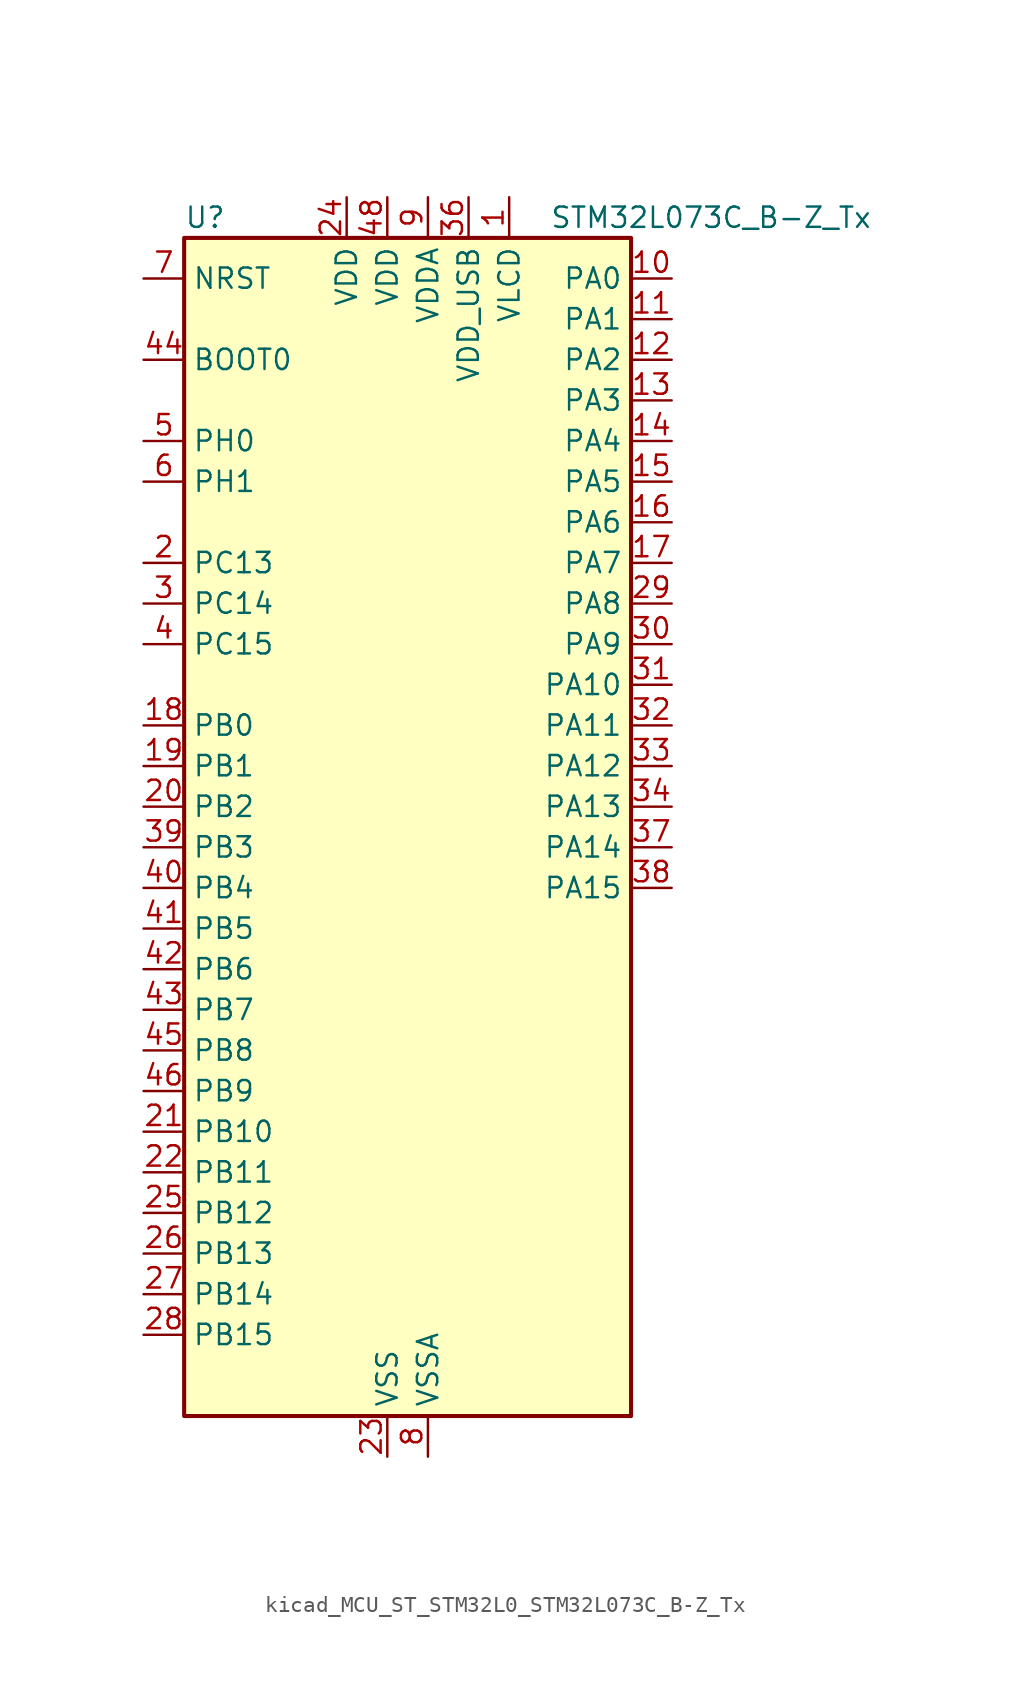
<source format=kicad_sym>
(kicad_symbol_lib
  (version 20220914)
  (generator kicad_symbol_editor)
  (symbol "kicad_MCU_ST_STM32L0_STM32L073C_B-Z_Tx"
    (property "Reference" "U"
      (at -12.7 39.37 0)
      (effects (font (size 1.27 1.27)) (justify left)))
    (property "Value" "STM32L073C_B-Z_Tx"
      (at 10.16 39.37 0)
      (effects (font (size 1.27 1.27)) (justify left)))
    (property "ki_locked" ""
      (at 0 0 0)
      (effects (font (size 1.27 1.27))))
    (symbol "kicad_MCU_ST_STM32L0_STM32L073C_B-Z_Tx_0_1"
      (rectangle (start -12.7 -35.56) (end 15.24 38.1) (stroke (width 0.254) (type default)) (fill (type background))))
    (symbol "kicad_MCU_ST_STM32L0_STM32L073C_B-Z_Tx_1_1"
      (pin power_in line (at 7.62 40.64 270) (length 2.54) (name "VLCD" (effects (font (size 1.27 1.27)))) (number "1" (effects (font (size 1.27 1.27)))))
      (pin bidirectional line (at 17.78 35.56 180) (length 2.54) (name "PA0" (effects (font (size 1.27 1.27)))) (number "10" (effects (font (size 1.27 1.27)))) (alternate "ADC_IN0" bidirectional line) (alternate "COMP1_INM" bidirectional line) (alternate "COMP1_OUT" bidirectional line) (alternate "RTC_TAMP2" bidirectional line) (alternate "SYS_WKUP1" bidirectional line) (alternate "TIM2_CH1" bidirectional line) (alternate "TIM2_ETR" bidirectional line) (alternate "TSC_G1_IO1" bidirectional line) (alternate "USART2_CTS" bidirectional line) (alternate "USART4_TX" bidirectional line))
      (pin bidirectional line (at 17.78 33.02 180) (length 2.54) (name "PA1" (effects (font (size 1.27 1.27)))) (number "11" (effects (font (size 1.27 1.27)))) (alternate "ADC_IN1" bidirectional line) (alternate "COMP1_INP" bidirectional line) (alternate "LCD_SEG0" bidirectional line) (alternate "TIM21_ETR" bidirectional line) (alternate "TIM2_CH2" bidirectional line) (alternate "TSC_G1_IO2" bidirectional line) (alternate "USART2_DE" bidirectional line) (alternate "USART2_RTS" bidirectional line) (alternate "USART4_RX" bidirectional line))
      (pin bidirectional line (at 17.78 30.48 180) (length 2.54) (name "PA2" (effects (font (size 1.27 1.27)))) (number "12" (effects (font (size 1.27 1.27)))) (alternate "ADC_IN2" bidirectional line) (alternate "COMP2_INM" bidirectional line) (alternate "COMP2_OUT" bidirectional line) (alternate "LCD_SEG1" bidirectional line) (alternate "LPUART1_TX" bidirectional line) (alternate "TIM21_CH1" bidirectional line) (alternate "TIM2_CH3" bidirectional line) (alternate "TSC_G1_IO3" bidirectional line) (alternate "USART2_TX" bidirectional line))
      (pin bidirectional line (at 17.78 27.94 180) (length 2.54) (name "PA3" (effects (font (size 1.27 1.27)))) (number "13" (effects (font (size 1.27 1.27)))) (alternate "ADC_IN3" bidirectional line) (alternate "COMP2_INP" bidirectional line) (alternate "LCD_SEG2" bidirectional line) (alternate "LPUART1_RX" bidirectional line) (alternate "TIM21_CH2" bidirectional line) (alternate "TIM2_CH4" bidirectional line) (alternate "TSC_G1_IO4" bidirectional line) (alternate "USART2_RX" bidirectional line))
      (pin bidirectional line (at 17.78 25.4 180) (length 2.54) (name "PA4" (effects (font (size 1.27 1.27)))) (number "14" (effects (font (size 1.27 1.27)))) (alternate "ADC_IN4" bidirectional line) (alternate "COMP1_INM" bidirectional line) (alternate "COMP2_INM" bidirectional line) (alternate "DAC_OUT1" bidirectional line) (alternate "SPI1_NSS" bidirectional line) (alternate "TIM22_ETR" bidirectional line) (alternate "TSC_G2_IO1" bidirectional line) (alternate "USART2_CK" bidirectional line))
      (pin bidirectional line (at 17.78 22.86 180) (length 2.54) (name "PA5" (effects (font (size 1.27 1.27)))) (number "15" (effects (font (size 1.27 1.27)))) (alternate "ADC_IN5" bidirectional line) (alternate "COMP1_INM" bidirectional line) (alternate "COMP2_INM" bidirectional line) (alternate "DAC_OUT2" bidirectional line) (alternate "SPI1_SCK" bidirectional line) (alternate "TIM2_CH1" bidirectional line) (alternate "TIM2_ETR" bidirectional line) (alternate "TSC_G2_IO2" bidirectional line))
      (pin bidirectional line (at 17.78 20.32 180) (length 2.54) (name "PA6" (effects (font (size 1.27 1.27)))) (number "16" (effects (font (size 1.27 1.27)))) (alternate "ADC_IN6" bidirectional line) (alternate "COMP1_OUT" bidirectional line) (alternate "LCD_SEG3" bidirectional line) (alternate "LPUART1_CTS" bidirectional line) (alternate "SPI1_MISO" bidirectional line) (alternate "TIM22_CH1" bidirectional line) (alternate "TIM3_CH1" bidirectional line) (alternate "TSC_G2_IO3" bidirectional line))
      (pin bidirectional line (at 17.78 17.78 180) (length 2.54) (name "PA7" (effects (font (size 1.27 1.27)))) (number "17" (effects (font (size 1.27 1.27)))) (alternate "ADC_IN7" bidirectional line) (alternate "COMP2_OUT" bidirectional line) (alternate "LCD_SEG4" bidirectional line) (alternate "SPI1_MOSI" bidirectional line) (alternate "TIM22_CH2" bidirectional line) (alternate "TIM3_CH2" bidirectional line) (alternate "TSC_G2_IO4" bidirectional line))
      (pin bidirectional line (at -15.24 7.62 0) (length 2.54) (name "PB0" (effects (font (size 1.27 1.27)))) (number "18" (effects (font (size 1.27 1.27)))) (alternate "ADC_IN8" bidirectional line) (alternate "LCD_SEG5" bidirectional line) (alternate "LCD_VLCD3" bidirectional line) (alternate "SYS_VREF_OUT_PB0" bidirectional line) (alternate "TIM3_CH3" bidirectional line) (alternate "TSC_G3_IO2" bidirectional line))
      (pin bidirectional line (at -15.24 5.08 0) (length 2.54) (name "PB1" (effects (font (size 1.27 1.27)))) (number "19" (effects (font (size 1.27 1.27)))) (alternate "ADC_IN9" bidirectional line) (alternate "LCD_SEG6" bidirectional line) (alternate "LPUART1_DE" bidirectional line) (alternate "LPUART1_RTS" bidirectional line) (alternate "SYS_VREF_OUT_PB1" bidirectional line) (alternate "TIM3_CH4" bidirectional line) (alternate "TSC_G3_IO3" bidirectional line))
      (pin bidirectional line (at -15.24 17.78 0) (length 2.54) (name "PC13" (effects (font (size 1.27 1.27)))) (number "2" (effects (font (size 1.27 1.27)))) (alternate "RTC_OUT_ALARM" bidirectional line) (alternate "RTC_OUT_CALIB" bidirectional line) (alternate "RTC_TAMP1" bidirectional line) (alternate "RTC_TS" bidirectional line) (alternate "SYS_WKUP2" bidirectional line))
      (pin bidirectional line (at -15.24 2.54 0) (length 2.54) (name "PB2" (effects (font (size 1.27 1.27)))) (number "20" (effects (font (size 1.27 1.27)))) (alternate "I2C3_SMBA" bidirectional line) (alternate "LCD_VLCD2" bidirectional line) (alternate "LPTIM1_OUT" bidirectional line) (alternate "TSC_G3_IO4" bidirectional line))
      (pin bidirectional line (at -15.24 -17.78 0) (length 2.54) (name "PB10" (effects (font (size 1.27 1.27)))) (number "21" (effects (font (size 1.27 1.27)))) (alternate "I2C2_SCL" bidirectional line) (alternate "LCD_SEG10" bidirectional line) (alternate "LPUART1_RX" bidirectional line) (alternate "LPUART1_TX" bidirectional line) (alternate "SPI2_SCK" bidirectional line) (alternate "TIM2_CH3" bidirectional line) (alternate "TSC_SYNC" bidirectional line))
      (pin bidirectional line (at -15.24 -20.32 0) (length 2.54) (name "PB11" (effects (font (size 1.27 1.27)))) (number "22" (effects (font (size 1.27 1.27)))) (alternate "ADC_EXTI11" bidirectional line) (alternate "I2C2_SDA" bidirectional line) (alternate "LCD_SEG11" bidirectional line) (alternate "LPUART1_RX" bidirectional line) (alternate "LPUART1_TX" bidirectional line) (alternate "TIM2_CH4" bidirectional line) (alternate "TSC_G6_IO1" bidirectional line))
      (pin power_in line (at 0 -38.1 90) (length 2.54) (name "VSS" (effects (font (size 1.27 1.27)))) (number "23" (effects (font (size 1.27 1.27)))))
      (pin power_in line (at -2.54 40.64 270) (length 2.54) (name "VDD" (effects (font (size 1.27 1.27)))) (number "24" (effects (font (size 1.27 1.27)))))
      (pin bidirectional line (at -15.24 -22.86 0) (length 2.54) (name "PB12" (effects (font (size 1.27 1.27)))) (number "25" (effects (font (size 1.27 1.27)))) (alternate "I2S2_WS" bidirectional line) (alternate "LCD_SEG12" bidirectional line) (alternate "LCD_VLCD2" bidirectional line) (alternate "LPUART1_DE" bidirectional line) (alternate "LPUART1_RTS" bidirectional line) (alternate "SPI2_NSS" bidirectional line) (alternate "TSC_G6_IO2" bidirectional line))
      (pin bidirectional line (at -15.24 -25.4 0) (length 2.54) (name "PB13" (effects (font (size 1.27 1.27)))) (number "26" (effects (font (size 1.27 1.27)))) (alternate "I2C2_SCL" bidirectional line) (alternate "I2S2_CK" bidirectional line) (alternate "LCD_SEG13" bidirectional line) (alternate "LPUART1_CTS" bidirectional line) (alternate "RCC_MCO" bidirectional line) (alternate "SPI2_SCK" bidirectional line) (alternate "TIM21_CH1" bidirectional line) (alternate "TSC_G6_IO3" bidirectional line))
      (pin bidirectional line (at -15.24 -27.94 0) (length 2.54) (name "PB14" (effects (font (size 1.27 1.27)))) (number "27" (effects (font (size 1.27 1.27)))) (alternate "I2C2_SDA" bidirectional line) (alternate "I2S2_MCK" bidirectional line) (alternate "LCD_SEG14" bidirectional line) (alternate "LPUART1_DE" bidirectional line) (alternate "LPUART1_RTS" bidirectional line) (alternate "RTC_OUT_ALARM" bidirectional line) (alternate "RTC_OUT_CALIB" bidirectional line) (alternate "SPI2_MISO" bidirectional line) (alternate "TIM21_CH2" bidirectional line) (alternate "TSC_G6_IO4" bidirectional line))
      (pin bidirectional line (at -15.24 -30.48 0) (length 2.54) (name "PB15" (effects (font (size 1.27 1.27)))) (number "28" (effects (font (size 1.27 1.27)))) (alternate "I2S2_SD" bidirectional line) (alternate "LCD_SEG15" bidirectional line) (alternate "RTC_REFIN" bidirectional line) (alternate "SPI2_MOSI" bidirectional line))
      (pin bidirectional line (at 17.78 15.24 180) (length 2.54) (name "PA8" (effects (font (size 1.27 1.27)))) (number "29" (effects (font (size 1.27 1.27)))) (alternate "CRS_SYNC" bidirectional line) (alternate "I2C3_SCL" bidirectional line) (alternate "LCD_COM0" bidirectional line) (alternate "RCC_MCO" bidirectional line) (alternate "USART1_CK" bidirectional line))
      (pin bidirectional line (at -15.24 15.24 0) (length 2.54) (name "PC14" (effects (font (size 1.27 1.27)))) (number "3" (effects (font (size 1.27 1.27)))) (alternate "RCC_OSC32_IN" bidirectional line))
      (pin bidirectional line (at 17.78 12.7 180) (length 2.54) (name "PA9" (effects (font (size 1.27 1.27)))) (number "30" (effects (font (size 1.27 1.27)))) (alternate "DAC_EXTI9" bidirectional line) (alternate "I2C1_SCL" bidirectional line) (alternate "I2C3_SMBA" bidirectional line) (alternate "LCD_COM1" bidirectional line) (alternate "RCC_MCO" bidirectional line) (alternate "TSC_G4_IO1" bidirectional line) (alternate "USART1_TX" bidirectional line))
      (pin bidirectional line (at 17.78 10.16 180) (length 2.54) (name "PA10" (effects (font (size 1.27 1.27)))) (number "31" (effects (font (size 1.27 1.27)))) (alternate "I2C1_SDA" bidirectional line) (alternate "LCD_COM2" bidirectional line) (alternate "TSC_G4_IO2" bidirectional line) (alternate "USART1_RX" bidirectional line))
      (pin bidirectional line (at 17.78 7.62 180) (length 2.54) (name "PA11" (effects (font (size 1.27 1.27)))) (number "32" (effects (font (size 1.27 1.27)))) (alternate "ADC_EXTI11" bidirectional line) (alternate "COMP1_OUT" bidirectional line) (alternate "SPI1_MISO" bidirectional line) (alternate "TSC_G4_IO3" bidirectional line) (alternate "USART1_CTS" bidirectional line) (alternate "USB_DM" bidirectional line))
      (pin bidirectional line (at 17.78 5.08 180) (length 2.54) (name "PA12" (effects (font (size 1.27 1.27)))) (number "33" (effects (font (size 1.27 1.27)))) (alternate "COMP2_OUT" bidirectional line) (alternate "SPI1_MOSI" bidirectional line) (alternate "TSC_G4_IO4" bidirectional line) (alternate "USART1_DE" bidirectional line) (alternate "USART1_RTS" bidirectional line) (alternate "USB_DP" bidirectional line))
      (pin bidirectional line (at 17.78 2.54 180) (length 2.54) (name "PA13" (effects (font (size 1.27 1.27)))) (number "34" (effects (font (size 1.27 1.27)))) (alternate "LPUART1_RX" bidirectional line) (alternate "SYS_SWDIO" bidirectional line) (alternate "USB_NOE" bidirectional line))
      (pin passive line (at 0 -38.1 90) (length 2.54) hide (name "VSS" (effects (font (size 1.27 1.27)))) (number "35" (effects (font (size 1.27 1.27)))))
      (pin power_in line (at 5.08 40.64 270) (length 2.54) (name "VDD_USB" (effects (font (size 1.27 1.27)))) (number "36" (effects (font (size 1.27 1.27)))))
      (pin bidirectional line (at 17.78 0 180) (length 2.54) (name "PA14" (effects (font (size 1.27 1.27)))) (number "37" (effects (font (size 1.27 1.27)))) (alternate "LPUART1_TX" bidirectional line) (alternate "SYS_SWCLK" bidirectional line) (alternate "USART2_TX" bidirectional line))
      (pin bidirectional line (at 17.78 -2.54 180) (length 2.54) (name "PA15" (effects (font (size 1.27 1.27)))) (number "38" (effects (font (size 1.27 1.27)))) (alternate "LCD_SEG17" bidirectional line) (alternate "SPI1_NSS" bidirectional line) (alternate "TIM2_CH1" bidirectional line) (alternate "TIM2_ETR" bidirectional line) (alternate "USART2_RX" bidirectional line) (alternate "USART4_DE" bidirectional line) (alternate "USART4_RTS" bidirectional line))
      (pin bidirectional line (at -15.24 0 0) (length 2.54) (name "PB3" (effects (font (size 1.27 1.27)))) (number "39" (effects (font (size 1.27 1.27)))) (alternate "COMP2_INM" bidirectional line) (alternate "LCD_SEG7" bidirectional line) (alternate "SPI1_SCK" bidirectional line) (alternate "TIM2_CH2" bidirectional line) (alternate "TSC_G5_IO1" bidirectional line) (alternate "USART1_DE" bidirectional line) (alternate "USART1_RTS" bidirectional line) (alternate "USART5_TX" bidirectional line))
      (pin bidirectional line (at -15.24 12.7 0) (length 2.54) (name "PC15" (effects (font (size 1.27 1.27)))) (number "4" (effects (font (size 1.27 1.27)))) (alternate "RCC_OSC32_OUT" bidirectional line))
      (pin bidirectional line (at -15.24 -2.54 0) (length 2.54) (name "PB4" (effects (font (size 1.27 1.27)))) (number "40" (effects (font (size 1.27 1.27)))) (alternate "COMP2_INP" bidirectional line) (alternate "I2C3_SDA" bidirectional line) (alternate "LCD_SEG8" bidirectional line) (alternate "SPI1_MISO" bidirectional line) (alternate "TIM22_CH1" bidirectional line) (alternate "TIM3_CH1" bidirectional line) (alternate "TSC_G5_IO2" bidirectional line) (alternate "USART1_CTS" bidirectional line) (alternate "USART5_RX" bidirectional line))
      (pin bidirectional line (at -15.24 -5.08 0) (length 2.54) (name "PB5" (effects (font (size 1.27 1.27)))) (number "41" (effects (font (size 1.27 1.27)))) (alternate "COMP2_INP" bidirectional line) (alternate "I2C1_SMBA" bidirectional line) (alternate "LCD_SEG9" bidirectional line) (alternate "LPTIM1_IN1" bidirectional line) (alternate "SPI1_MOSI" bidirectional line) (alternate "TIM22_CH2" bidirectional line) (alternate "TIM3_CH2" bidirectional line) (alternate "USART1_CK" bidirectional line) (alternate "USART5_CK" bidirectional line) (alternate "USART5_DE" bidirectional line) (alternate "USART5_RTS" bidirectional line))
      (pin bidirectional line (at -15.24 -7.62 0) (length 2.54) (name "PB6" (effects (font (size 1.27 1.27)))) (number "42" (effects (font (size 1.27 1.27)))) (alternate "COMP2_INP" bidirectional line) (alternate "I2C1_SCL" bidirectional line) (alternate "LPTIM1_ETR" bidirectional line) (alternate "TSC_G5_IO3" bidirectional line) (alternate "USART1_TX" bidirectional line))
      (pin bidirectional line (at -15.24 -10.16 0) (length 2.54) (name "PB7" (effects (font (size 1.27 1.27)))) (number "43" (effects (font (size 1.27 1.27)))) (alternate "COMP2_INP" bidirectional line) (alternate "I2C1_SDA" bidirectional line) (alternate "LPTIM1_IN2" bidirectional line) (alternate "SYS_PVD_IN" bidirectional line) (alternate "TSC_G5_IO4" bidirectional line) (alternate "USART1_RX" bidirectional line) (alternate "USART4_CTS" bidirectional line))
      (pin input line (at -15.24 30.48 0) (length 2.54) (name "BOOT0" (effects (font (size 1.27 1.27)))) (number "44" (effects (font (size 1.27 1.27)))))
      (pin bidirectional line (at -15.24 -12.7 0) (length 2.54) (name "PB8" (effects (font (size 1.27 1.27)))) (number "45" (effects (font (size 1.27 1.27)))) (alternate "I2C1_SCL" bidirectional line) (alternate "LCD_SEG16" bidirectional line) (alternate "TSC_SYNC" bidirectional line))
      (pin bidirectional line (at -15.24 -15.24 0) (length 2.54) (name "PB9" (effects (font (size 1.27 1.27)))) (number "46" (effects (font (size 1.27 1.27)))) (alternate "DAC_EXTI9" bidirectional line) (alternate "I2C1_SDA" bidirectional line) (alternate "I2S2_WS" bidirectional line) (alternate "LCD_COM3" bidirectional line) (alternate "SPI2_NSS" bidirectional line))
      (pin passive line (at 0 -38.1 90) (length 2.54) hide (name "VSS" (effects (font (size 1.27 1.27)))) (number "47" (effects (font (size 1.27 1.27)))))
      (pin power_in line (at 0 40.64 270) (length 2.54) (name "VDD" (effects (font (size 1.27 1.27)))) (number "48" (effects (font (size 1.27 1.27)))))
      (pin bidirectional line (at -15.24 25.4 0) (length 2.54) (name "PH0" (effects (font (size 1.27 1.27)))) (number "5" (effects (font (size 1.27 1.27)))) (alternate "CRS_SYNC" bidirectional line) (alternate "RCC_OSC_IN" bidirectional line))
      (pin bidirectional line (at -15.24 22.86 0) (length 2.54) (name "PH1" (effects (font (size 1.27 1.27)))) (number "6" (effects (font (size 1.27 1.27)))) (alternate "RCC_OSC_OUT" bidirectional line))
      (pin input line (at -15.24 35.56 0) (length 2.54) (name "NRST" (effects (font (size 1.27 1.27)))) (number "7" (effects (font (size 1.27 1.27)))))
      (pin power_in line (at 2.54 -38.1 90) (length 2.54) (name "VSSA" (effects (font (size 1.27 1.27)))) (number "8" (effects (font (size 1.27 1.27)))))
      (pin power_in line (at 2.54 40.64 270) (length 2.54) (name "VDDA" (effects (font (size 1.27 1.27)))) (number "9" (effects (font (size 1.27 1.27))))))))
</source>
